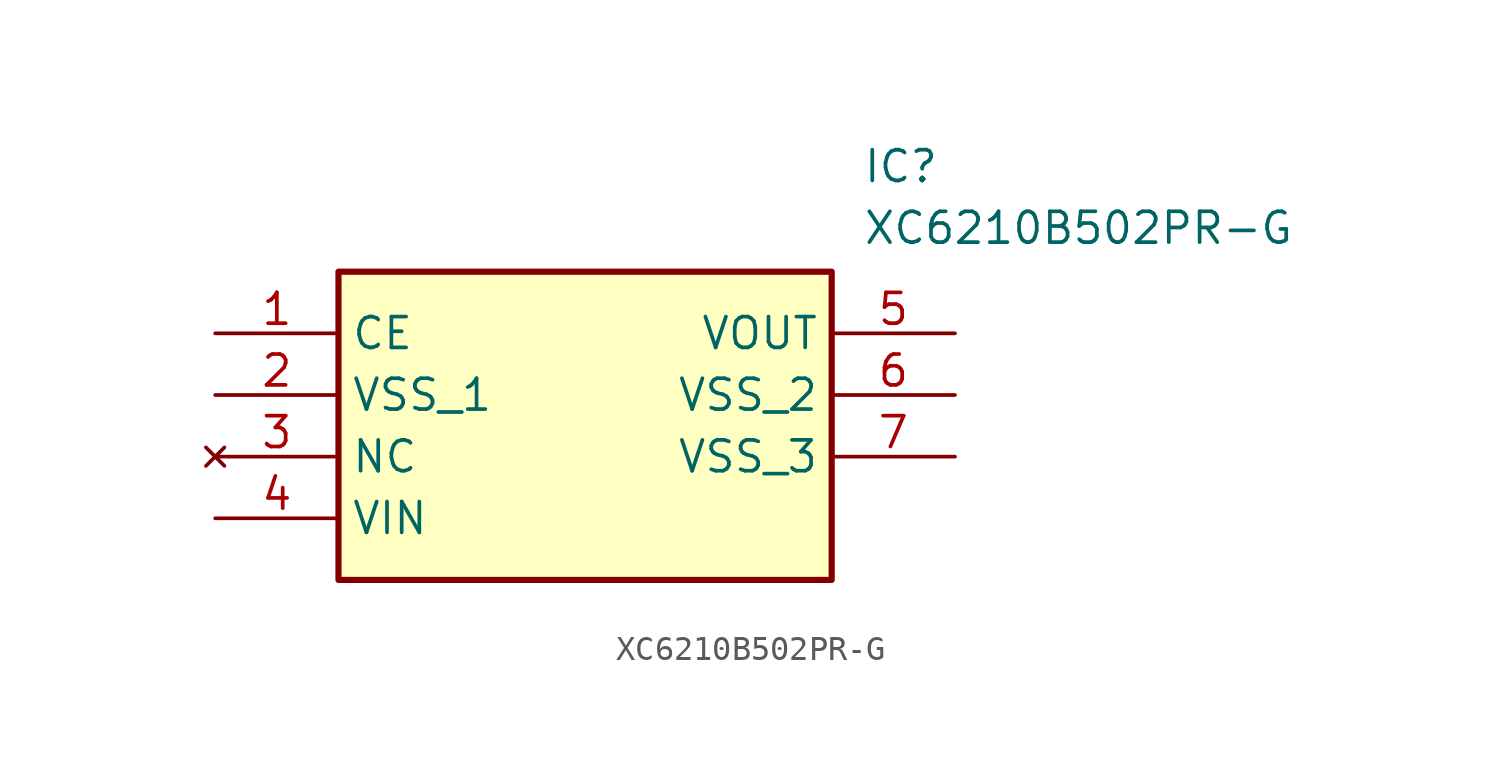
<source format=kicad_sym>
(kicad_symbol_lib
  (version 20211014)
  (generator SamacSys_ECAD_Model)
  (symbol "XC6210B502PR-G"
    (property "Reference" "IC"
      (at 26.67 7.62 0)
      (effects (font (size 1.27 1.27)) (justify left top)))
    (property "Value" "XC6210B502PR-G"
      (at 26.67 5.08 0)
      (effects (font (size 1.27 1.27)) (justify left top)))
    (rectangle
      (start 5.08 2.54)
      (end 25.4 -10.16)
      (stroke (width 0.254) (type default))
      (fill (type background)))
    (pin passive line
      (at 0 0 0)
      (length 5.08)
      (name "CE" (effects (font (size 1.27 1.27))))
      (number "1" (effects (font (size 1.27 1.27)))))
    (pin passive line
      (at 0 -2.54 0)
      (length 5.08)
      (name "VSS_1" (effects (font (size 1.27 1.27))))
      (number "2" (effects (font (size 1.27 1.27)))))
    (pin no_connect line
      (at 0 -5.08 0)
      (length 5.08)
      (name "NC" (effects (font (size 1.27 1.27))))
      (number "3" (effects (font (size 1.27 1.27)))))
    (pin passive line
      (at 0 -7.62 0)
      (length 5.08)
      (name "VIN" (effects (font (size 1.27 1.27))))
      (number "4" (effects (font (size 1.27 1.27)))))
    (pin passive line
      (at 30.48 0 180)
      (length 5.08)
      (name "VOUT" (effects (font (size 1.27 1.27))))
      (number "5" (effects (font (size 1.27 1.27)))))
    (pin passive line
      (at 30.48 -2.54 180)
      (length 5.08)
      (name "VSS_2" (effects (font (size 1.27 1.27))))
      (number "6" (effects (font (size 1.27 1.27)))))
    (pin passive line
      (at 30.48 -5.08 180)
      (length 5.08)
      (name "VSS_3" (effects (font (size 1.27 1.27))))
      (number "7" (effects (font (size 1.27 1.27)))))))
</source>
